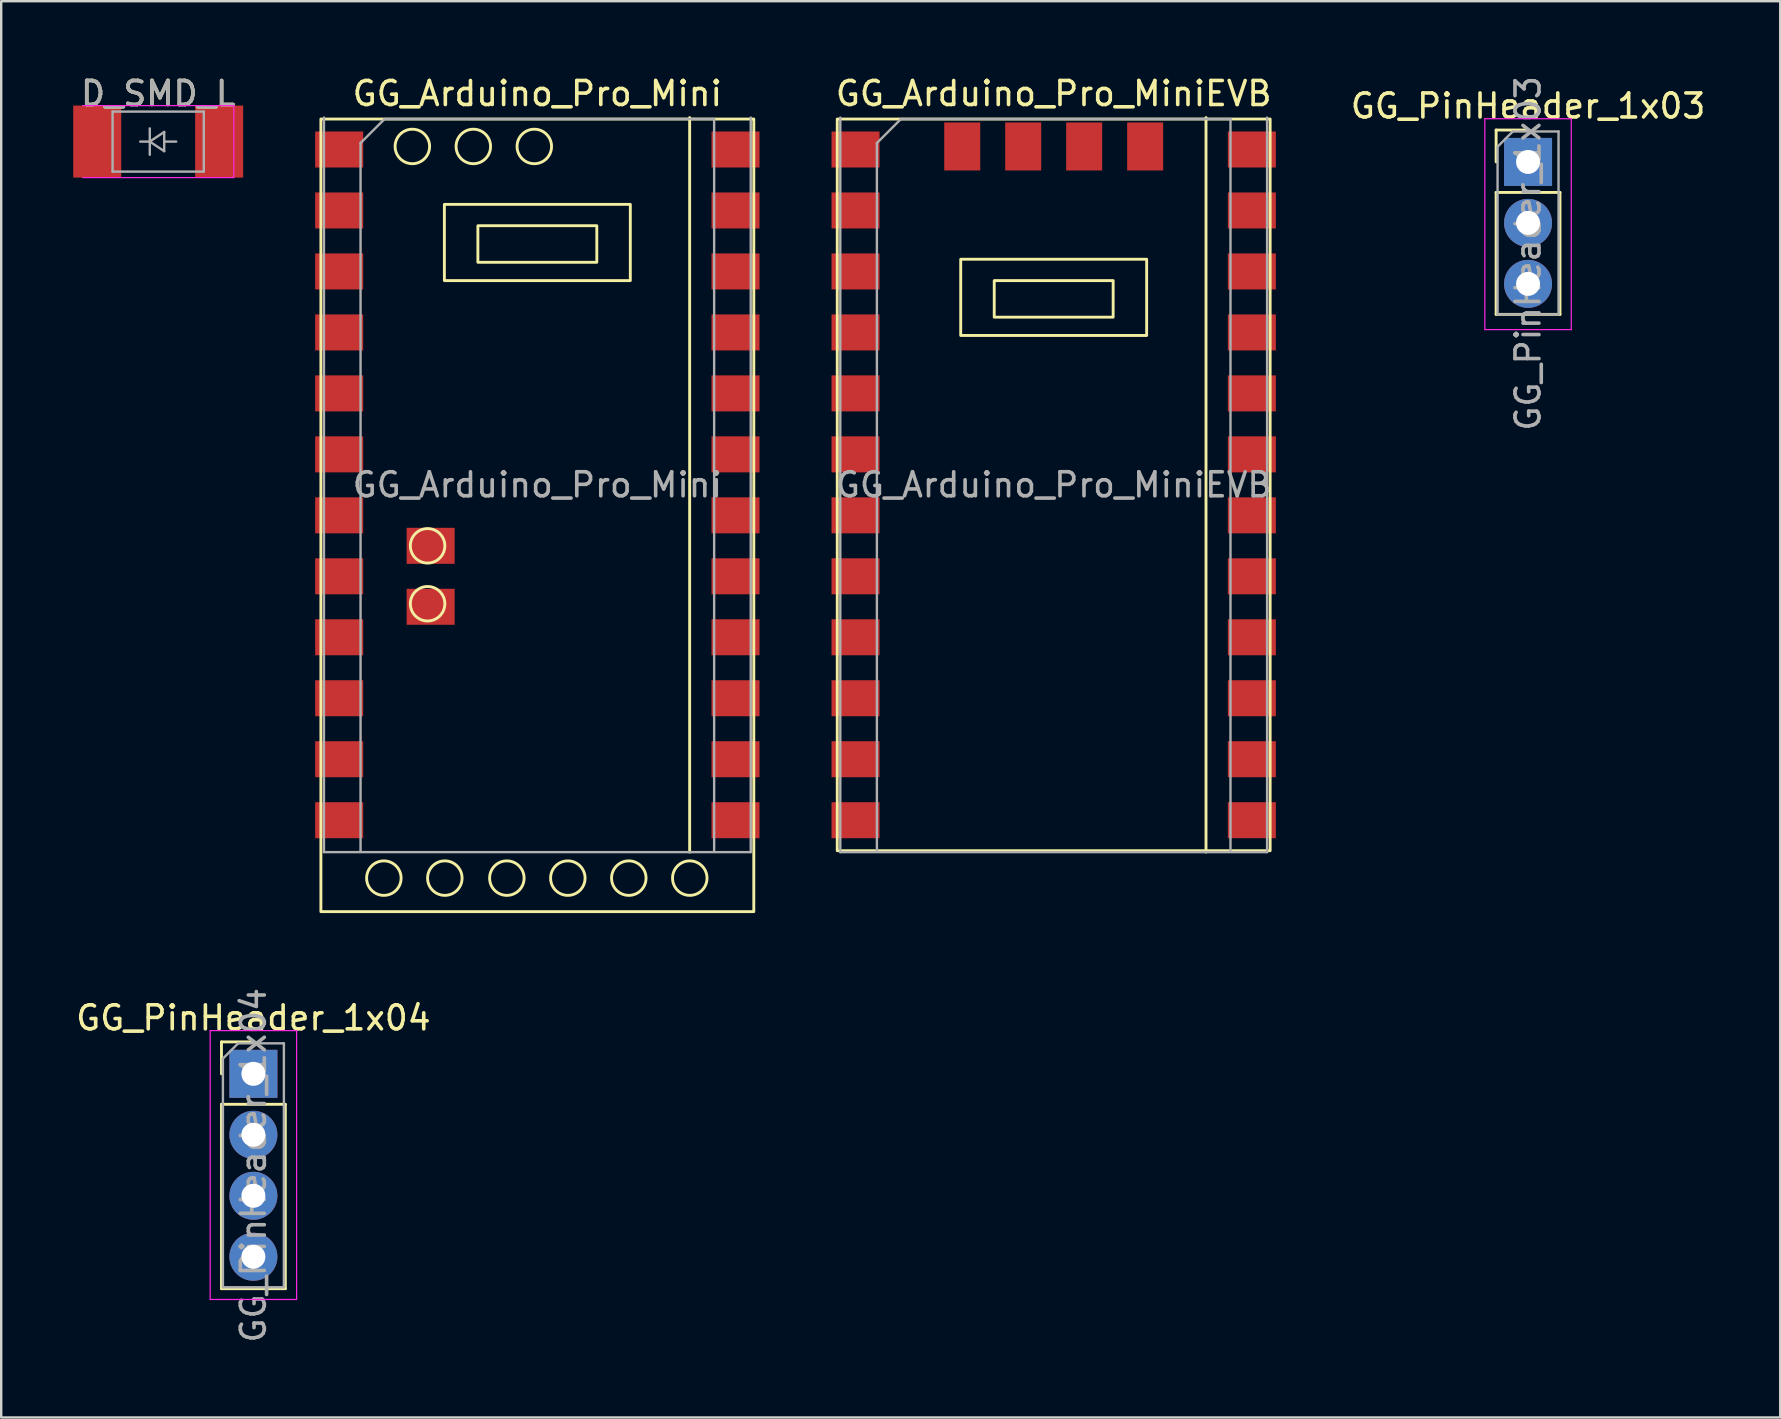
<source format=kicad_pcb>
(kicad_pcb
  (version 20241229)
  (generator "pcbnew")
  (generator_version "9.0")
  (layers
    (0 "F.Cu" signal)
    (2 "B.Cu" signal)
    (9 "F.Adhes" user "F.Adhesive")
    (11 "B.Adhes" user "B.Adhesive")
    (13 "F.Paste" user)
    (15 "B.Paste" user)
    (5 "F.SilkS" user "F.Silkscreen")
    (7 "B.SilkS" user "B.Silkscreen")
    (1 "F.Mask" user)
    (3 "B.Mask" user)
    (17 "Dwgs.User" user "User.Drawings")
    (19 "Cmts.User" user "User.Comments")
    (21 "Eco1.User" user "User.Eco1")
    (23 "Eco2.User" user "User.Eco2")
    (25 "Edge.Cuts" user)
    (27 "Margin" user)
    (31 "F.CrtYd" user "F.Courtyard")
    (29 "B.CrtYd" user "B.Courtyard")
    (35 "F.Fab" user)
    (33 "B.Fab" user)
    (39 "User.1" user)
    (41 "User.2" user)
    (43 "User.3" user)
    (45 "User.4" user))
  (footprint "GG_Arduino_Pro_Mini"
    (layer "F.Cu")
    (at 19.335 17.148)
    (property "Reference" "GG_Arduino_Pro_Mini" (at 0 -16.3 0) (layer "F.SilkS") (effects (font (size 1 1) (thickness 0.15))))
    (attr smd)
    (fp_line (start 6.345 15.3) (end 6.345 -15.3) (stroke (width 0.12) (type solid)) (layer "F.SilkS"))
    (fp_rect (start -9.017 -15.24) (end 9.017 17.78) (stroke (width 0.12) (type solid)) (fill no) (layer "F.SilkS"))
    (fp_rect (start -3.873 -11.684) (end 3.873 -8.509) (stroke (width 0.12) (type solid)) (fill no) (layer "F.SilkS"))
    (fp_rect (start -2.477 -10.795) (end 2.477 -9.271) (stroke (width 0.12) (type solid)) (fill no) (layer "F.SilkS"))
    (fp_circle (center -6.394 16.383) (end -5.886 16.891) (stroke (width 0.12) (type solid)) (fill no) (layer "F.SilkS"))
    (fp_circle (center -5.207 -14.097) (end -4.699 -13.589) (stroke (width 0.12) (type solid)) (fill no) (layer "F.SilkS"))
    (fp_circle (center -4.572 2.54) (end -4.064 3.048) (stroke (width 0.12) (type solid)) (fill no) (layer "F.SilkS"))
    (fp_circle (center -4.572 4.953) (end -4.064 5.461) (stroke (width 0.12) (type solid)) (fill no) (layer "F.SilkS"))
    (fp_circle (center -3.854 16.383) (end -3.346 16.891) (stroke (width 0.12) (type solid)) (fill no) (layer "F.SilkS"))
    (fp_circle (center -2.667 -14.097) (end -2.159 -13.589) (stroke (width 0.12) (type solid)) (fill no) (layer "F.SilkS"))
    (fp_circle (center -1.27 16.383) (end -0.762 16.891) (stroke (width 0.12) (type solid)) (fill no) (layer "F.SilkS"))
    (fp_circle (center -0.127 -14.097) (end 0.381 -13.589) (stroke (width 0.12) (type solid)) (fill no) (layer "F.SilkS"))
    (fp_circle (center 1.27 16.383) (end 1.778 16.891) (stroke (width 0.12) (type solid)) (fill no) (layer "F.SilkS"))
    (fp_circle (center 3.81 16.383) (end 4.318 16.891) (stroke (width 0.12) (type solid)) (fill no) (layer "F.SilkS"))
    (fp_circle (center 6.35 16.383) (end 6.858 16.891) (stroke (width 0.12) (type solid)) (fill no) (layer "F.SilkS"))
    (fp_line (start -8.89 -15.3) (end -8.89 15.3) (stroke (width 0.1) (type solid)) (layer "F.Fab"))
    (fp_line (start -8.89 15.3) (end 8.89 15.3) (stroke (width 0.1) (type solid)) (layer "F.Fab"))
    (fp_line (start -7.365 -14.24) (end -6.365 -15.24) (stroke (width 0.1) (type solid)) (layer "F.Fab"))
    (fp_line (start -7.365 15.24) (end -7.365 -14.24) (stroke (width 0.1) (type solid)) (layer "F.Fab"))
    (fp_line (start -6.365 -15.24) (end 7.365 -15.24) (stroke (width 0.1) (type solid)) (layer "F.Fab"))
    (fp_line (start 7.365 -15.24) (end 7.365 15.24) (stroke (width 0.1) (type solid)) (layer "F.Fab"))
    (fp_line (start 8.89 15.3) (end 8.89 -15.3) (stroke (width 0.1) (type solid)) (layer "F.Fab"))
    (fp_text user "${REFERENCE}" (at 0 0 0) (layer "F.Fab") (effects (font (size 1 1) (thickness 0.15))))
    (pad "1" smd rect (at -8.255 -13.97) (size 2 1.5) (layers "F.Cu" "F.Mask" "F.Paste"))
    (pad "2" smd rect (at -8.255 -11.43) (size 2 1.5) (layers "F.Cu" "F.Mask" "F.Paste"))
    (pad "3" smd rect (at -8.255 -8.89) (size 2 1.5) (layers "F.Cu" "F.Mask" "F.Paste"))
    (pad "4" smd rect (at -8.255 -6.35) (size 2 1.5) (layers "F.Cu" "F.Mask" "F.Paste"))
    (pad "5" smd rect (at -8.255 -3.81) (size 2 1.5) (layers "F.Cu" "F.Mask" "F.Paste"))
    (pad "6" smd rect (at -8.255 -1.27) (size 2 1.5) (layers "F.Cu" "F.Mask" "F.Paste"))
    (pad "7" smd rect (at -8.255 1.27) (size 2 1.5) (layers "F.Cu" "F.Mask" "F.Paste"))
    (pad "8" smd rect (at -8.255 3.81) (size 2 1.5) (layers "F.Cu" "F.Mask" "F.Paste"))
    (pad "9" smd rect (at -8.255 6.35) (size 2 1.5) (layers "F.Cu" "F.Mask" "F.Paste"))
    (pad "10" smd rect (at -8.255 8.89) (size 2 1.5) (layers "F.Cu" "F.Mask" "F.Paste"))
    (pad "11" smd rect (at -8.255 11.43) (size 2 1.5) (layers "F.Cu" "F.Mask" "F.Paste"))
    (pad "12" smd rect (at -8.255 13.97) (size 2 1.5) (layers "F.Cu" "F.Mask" "F.Paste"))
    (pad "13" smd rect (at 8.255 13.97) (size 2 1.5) (layers "F.Cu" "F.Mask" "F.Paste"))
    (pad "14" smd rect (at 8.255 11.43) (size 2 1.5) (layers "F.Cu" "F.Mask" "F.Paste"))
    (pad "15" smd rect (at 8.255 8.89) (size 2 1.5) (layers "F.Cu" "F.Mask" "F.Paste"))
    (pad "16" smd rect (at 8.255 6.35) (size 2 1.5) (layers "F.Cu" "F.Mask" "F.Paste"))
    (pad "17" smd rect (at 8.255 3.81) (size 2 1.5) (layers "F.Cu" "F.Mask" "F.Paste"))
    (pad "18" smd rect (at 8.255 1.27) (size 2 1.5) (layers "F.Cu" "F.Mask" "F.Paste"))
    (pad "19" smd rect (at 8.255 -1.27) (size 2 1.5) (layers "F.Cu" "F.Mask" "F.Paste"))
    (pad "20" smd rect (at 8.255 -3.81) (size 2 1.5) (layers "F.Cu" "F.Mask" "F.Paste"))
    (pad "21" smd rect (at 8.255 -6.35) (size 2 1.5) (layers "F.Cu" "F.Mask" "F.Paste"))
    (pad "22" smd rect (at 8.255 -8.89) (size 2 1.5) (layers "F.Cu" "F.Mask" "F.Paste"))
    (pad "23" smd rect (at 8.255 -11.43) (size 2 1.5) (layers "F.Cu" "F.Mask" "F.Paste"))
    (pad "24" smd rect (at 8.255 -13.97) (size 2 1.5) (layers "F.Cu" "F.Mask" "F.Paste"))
    (pad "28" smd rect (at -4.445 2.54) (size 2 1.5) (layers "F.Cu" "F.Mask" "F.Paste"))
    (pad "29" smd rect (at -4.445 5.08) (size 2 1.5) (layers "F.Cu" "F.Mask" "F.Paste")))
  (footprint "GG_PinHeader_1x03"
    (layer "F.Cu")
    (at 60.606 3.696)
    (property "Reference" "GG_PinHeader_1x03" (at 0 -2.33 0) (layer "F.SilkS") (effects (font (size 1 1) (thickness 0.15))))
    (attr through_hole)
    (fp_line (start -1.33 -1.33) (end 0 -1.33) (stroke (width 0.12) (type solid)) (layer "F.SilkS"))
    (fp_line (start -1.33 0) (end -1.33 -1.33) (stroke (width 0.12) (type solid)) (layer "F.SilkS"))
    (fp_line (start -1.33 1.27) (end -1.33 6.35) (stroke (width 0.12) (type solid)) (layer "F.SilkS"))
    (fp_line (start -1.33 1.27) (end 1.33 1.27) (stroke (width 0.12) (type solid)) (layer "F.SilkS"))
    (fp_line (start -1.33 6.35) (end 1.33 6.35) (stroke (width 0.12) (type solid)) (layer "F.SilkS"))
    (fp_line (start 1.33 1.27) (end 1.33 6.35) (stroke (width 0.12) (type solid)) (layer "F.SilkS"))
    (fp_line (start -1.8 -1.8) (end -1.8 6.985) (stroke (width 0.05) (type solid)) (layer "F.CrtYd"))
    (fp_line (start -1.8 6.985) (end 1.8 6.985) (stroke (width 0.05) (type solid)) (layer "F.CrtYd"))
    (fp_line (start 1.8 -1.8) (end -1.8 -1.8) (stroke (width 0.05) (type solid)) (layer "F.CrtYd"))
    (fp_line (start 1.8 6.985) (end 1.8 -1.8) (stroke (width 0.05) (type solid)) (layer "F.CrtYd"))
    (fp_line (start -1.27 -0.635) (end -0.635 -1.27) (stroke (width 0.1) (type solid)) (layer "F.Fab"))
    (fp_line (start -1.27 6.35) (end -1.27 -0.635) (stroke (width 0.1) (type solid)) (layer "F.Fab"))
    (fp_line (start -0.635 -1.27) (end 1.27 -1.27) (stroke (width 0.1) (type solid)) (layer "F.Fab"))
    (fp_line (start 1.27 -1.27) (end 1.27 6.35) (stroke (width 0.1) (type solid)) (layer "F.Fab"))
    (fp_line (start 1.27 6.35) (end -1.27 6.35) (stroke (width 0.1) (type solid)) (layer "F.Fab"))
    (fp_text user "${REFERENCE}" (at 0 3.81 90) (layer "F.Fab") (effects (font (size 1 1) (thickness 0.15))))
    (pad "1" thru_hole rect (at 0 0) (size 2 2) (drill 1) (layers "*.Cu" "*.Mask"))
    (pad "2" thru_hole circle (at 0 2.54) (size 2 2) (drill 1) (layers "*.Cu" "*.Mask"))
    (pad "3" thru_hole circle (at 0 5.08) (size 2 2) (drill 1) (layers "*.Cu" "*.Mask")))
  (footprint "GG_PinHeader_1x04"
    (layer "F.Cu")
    (at 7.506 41.684)
    (property "Reference" "GG_PinHeader_1x04" (at 0 -2.33 0) (layer "F.SilkS") (effects (font (size 1 1) (thickness 0.15))))
    (attr through_hole)
    (fp_line (start -1.33 -1.33) (end 0 -1.33) (stroke (width 0.12) (type solid)) (layer "F.SilkS"))
    (fp_line (start -1.33 0) (end -1.33 -1.33) (stroke (width 0.12) (type solid)) (layer "F.SilkS"))
    (fp_line (start -1.33 1.27) (end -1.33 8.95) (stroke (width 0.12) (type solid)) (layer "F.SilkS"))
    (fp_line (start -1.33 1.27) (end 1.33 1.27) (stroke (width 0.12) (type solid)) (layer "F.SilkS"))
    (fp_line (start -1.33 8.95) (end 1.33 8.95) (stroke (width 0.12) (type solid)) (layer "F.SilkS"))
    (fp_line (start 1.33 1.27) (end 1.33 8.95) (stroke (width 0.12) (type solid)) (layer "F.SilkS"))
    (fp_line (start -1.8 -1.8) (end -1.8 9.4) (stroke (width 0.05) (type solid)) (layer "F.CrtYd"))
    (fp_line (start -1.8 9.4) (end 1.8 9.4) (stroke (width 0.05) (type solid)) (layer "F.CrtYd"))
    (fp_line (start 1.8 -1.8) (end -1.8 -1.8) (stroke (width 0.05) (type solid)) (layer "F.CrtYd"))
    (fp_line (start 1.8 9.4) (end 1.8 -1.8) (stroke (width 0.05) (type solid)) (layer "F.CrtYd"))
    (fp_line (start -1.27 -0.635) (end -0.635 -1.27) (stroke (width 0.1) (type solid)) (layer "F.Fab"))
    (fp_line (start -1.27 8.89) (end -1.27 -0.635) (stroke (width 0.1) (type solid)) (layer "F.Fab"))
    (fp_line (start -0.635 -1.27) (end 1.27 -1.27) (stroke (width 0.1) (type solid)) (layer "F.Fab"))
    (fp_line (start 1.27 -1.27) (end 1.27 8.89) (stroke (width 0.1) (type solid)) (layer "F.Fab"))
    (fp_line (start 1.27 8.89) (end -1.27 8.89) (stroke (width 0.1) (type solid)) (layer "F.Fab"))
    (fp_text user "${REFERENCE}" (at 0 3.81 90) (layer "F.Fab") (effects (font (size 1 1) (thickness 0.15))))
    (pad "1" thru_hole rect (at 0 0) (size 2 2) (drill 1) (layers "*.Cu" "*.Mask"))
    (pad "2" thru_hole circle (at 0 2.54) (size 2 2) (drill 1) (layers "*.Cu" "*.Mask"))
    (pad "3" thru_hole circle (at 0 5.08) (size 2 2) (drill 1) (layers "*.Cu" "*.Mask"))
    (pad "4" thru_hole circle (at 0 7.62) (size 2 2) (drill 1) (layers "*.Cu" "*.Mask")))
  (footprint "GG_Arduino_Pro_MiniEVB"
    (layer "F.Cu")
    (at 40.845 17.148)
    (property "Reference" "GG_Arduino_Pro_MiniEVB" (at 0 -16.3 0) (layer "F.SilkS") (effects (font (size 1 1) (thickness 0.15))))
    (attr smd)
    (fp_line (start 6.345 15.3) (end 6.345 -15.3) (stroke (width 0.12) (type solid)) (layer "F.SilkS"))
    (fp_rect (start -9.017 -15.24) (end 9.017 15.24) (stroke (width 0.12) (type solid)) (fill no) (layer "F.SilkS"))
    (fp_rect (start -3.873 -9.398) (end 3.873 -6.223) (stroke (width 0.12) (type solid)) (fill no) (layer "F.SilkS"))
    (fp_rect (start -2.477 -8.509) (end 2.477 -6.985) (stroke (width 0.12) (type solid)) (fill no) (layer "F.SilkS"))
    (fp_line (start -8.89 -15.3) (end -8.89 15.3) (stroke (width 0.1) (type solid)) (layer "F.Fab"))
    (fp_line (start -8.89 15.3) (end 8.89 15.3) (stroke (width 0.1) (type solid)) (layer "F.Fab"))
    (fp_line (start -7.365 -14.24) (end -6.365 -15.24) (stroke (width 0.1) (type solid)) (layer "F.Fab"))
    (fp_line (start -7.365 15.24) (end -7.365 -14.24) (stroke (width 0.1) (type solid)) (layer "F.Fab"))
    (fp_line (start -6.365 -15.24) (end 7.365 -15.24) (stroke (width 0.1) (type solid)) (layer "F.Fab"))
    (fp_line (start 7.365 -15.24) (end 7.365 15.24) (stroke (width 0.1) (type solid)) (layer "F.Fab"))
    (fp_line (start 8.89 15.3) (end 8.89 -15.3) (stroke (width 0.1) (type solid)) (layer "F.Fab"))
    (fp_text user "${REFERENCE}" (at 0 0 0) (layer "F.Fab") (effects (font (size 1 1) (thickness 0.15))))
    (pad "1" smd rect (at -8.255 -13.97) (size 2 1.5) (layers "F.Cu" "F.Mask" "F.Paste"))
    (pad "2" smd rect (at -8.255 -11.43) (size 2 1.5) (layers "F.Cu" "F.Mask" "F.Paste"))
    (pad "3" smd rect (at -8.255 -8.89) (size 2 1.5) (layers "F.Cu" "F.Mask" "F.Paste"))
    (pad "4" smd rect (at -8.255 -6.35) (size 2 1.5) (layers "F.Cu" "F.Mask" "F.Paste"))
    (pad "5" smd rect (at -8.255 -3.81) (size 2 1.5) (layers "F.Cu" "F.Mask" "F.Paste"))
    (pad "6" smd rect (at -8.255 -1.27) (size 2 1.5) (layers "F.Cu" "F.Mask" "F.Paste"))
    (pad "7" smd rect (at -8.255 1.27) (size 2 1.5) (layers "F.Cu" "F.Mask" "F.Paste"))
    (pad "8" smd rect (at -8.255 3.81) (size 2 1.5) (layers "F.Cu" "F.Mask" "F.Paste"))
    (pad "9" smd rect (at -8.255 6.35) (size 2 1.5) (layers "F.Cu" "F.Mask" "F.Paste"))
    (pad "10" smd rect (at -8.255 8.89) (size 2 1.5) (layers "F.Cu" "F.Mask" "F.Paste"))
    (pad "11" smd rect (at -8.255 11.43) (size 2 1.5) (layers "F.Cu" "F.Mask" "F.Paste"))
    (pad "12" smd rect (at -8.255 13.97) (size 2 1.5) (layers "F.Cu" "F.Mask" "F.Paste"))
    (pad "13" smd rect (at 8.255 13.97) (size 2 1.5) (layers "F.Cu" "F.Mask" "F.Paste"))
    (pad "14" smd rect (at 8.255 11.43) (size 2 1.5) (layers "F.Cu" "F.Mask" "F.Paste"))
    (pad "15" smd rect (at 8.255 8.89) (size 2 1.5) (layers "F.Cu" "F.Mask" "F.Paste"))
    (pad "16" smd rect (at 8.255 6.35) (size 2 1.5) (layers "F.Cu" "F.Mask" "F.Paste"))
    (pad "17" smd rect (at 8.255 3.81) (size 2 1.5) (layers "F.Cu" "F.Mask" "F.Paste"))
    (pad "18" smd rect (at 8.255 1.27) (size 2 1.5) (layers "F.Cu" "F.Mask" "F.Paste"))
    (pad "19" smd rect (at 8.255 -1.27) (size 2 1.5) (layers "F.Cu" "F.Mask" "F.Paste"))
    (pad "20" smd rect (at 8.255 -3.81) (size 2 1.5) (layers "F.Cu" "F.Mask" "F.Paste"))
    (pad "21" smd rect (at 8.255 -6.35) (size 2 1.5) (layers "F.Cu" "F.Mask" "F.Paste"))
    (pad "22" smd rect (at 8.255 -8.89) (size 2 1.5) (layers "F.Cu" "F.Mask" "F.Paste"))
    (pad "23" smd rect (at 8.255 -11.43) (size 2 1.5) (layers "F.Cu" "F.Mask" "F.Paste"))
    (pad "24" smd rect (at 8.255 -13.97) (size 2 1.5) (layers "F.Cu" "F.Mask" "F.Paste"))
    (pad "28" smd rect (at 3.81 -14.097 180) (size 1.5 2) (layers "F.Cu" "F.Mask" "F.Paste"))
    (pad "29" smd rect (at 1.27 -14.097 180) (size 1.5 2) (layers "F.Cu" "F.Mask" "F.Paste"))
    (pad "30" smd rect (at -1.27 -14.097 180) (size 1.5 2) (layers "F.Cu" "F.Mask" "F.Paste"))
    (pad "31" smd rect (at -3.81 -14.097 180) (size 1.5 2) (layers "F.Cu" "F.Mask" "F.Paste")))
  (footprint "D_SMD_L"
    (layer "F.Cu")
    (at 3.54 2.848)
    (property "Reference" "D_SMD_L" (at 0 -2 0) (layer "F.SilkS") (effects (font (size 1 1) (thickness 0.15))))
    (attr smd)
    (fp_line (start -3.15 -1.5) (end 3.15 -1.5) (stroke (width 0.05) (type solid)) (layer "F.CrtYd"))
    (fp_line (start 3.15 -1.5) (end 3.15 1.5) (stroke (width 0.05) (type solid)) (layer "F.CrtYd"))
    (fp_line (start 3.15 1.5) (end -3.15 1.5) (stroke (width 0.05) (type solid)) (layer "F.CrtYd"))
    (fp_line (start -1.9 -1.25) (end 1.9 -1.25) (stroke (width 0.1) (type solid)) (layer "F.Fab"))
    (fp_line (start -1.9 1.25) (end -1.9 -1.25) (stroke (width 0.1) (type solid)) (layer "F.Fab"))
    (fp_line (start -0.75 0) (end -0.35 0) (stroke (width 0.1) (type solid)) (layer "F.Fab"))
    (fp_line (start -0.35 0) (end -0.35 -0.55) (stroke (width 0.1) (type solid)) (layer "F.Fab"))
    (fp_line (start -0.35 0) (end -0.35 0.55) (stroke (width 0.1) (type solid)) (layer "F.Fab"))
    (fp_line (start -0.35 0) (end 0.25 -0.4) (stroke (width 0.1) (type solid)) (layer "F.Fab"))
    (fp_line (start 0.25 -0.4) (end 0.25 0.4) (stroke (width 0.1) (type solid)) (layer "F.Fab"))
    (fp_line (start 0.25 0) (end 0.75 0) (stroke (width 0.1) (type solid)) (layer "F.Fab"))
    (fp_line (start 0.25 0.4) (end -0.35 0) (stroke (width 0.1) (type solid)) (layer "F.Fab"))
    (fp_line (start 1.9 -1.25) (end 1.9 1.25) (stroke (width 0.1) (type solid)) (layer "F.Fab"))
    (fp_line (start 1.9 1.25) (end -1.9 1.25) (stroke (width 0.1) (type solid)) (layer "F.Fab"))
    (fp_text user "${REFERENCE}" (at 0 -2 0) (layer "F.Fab") (effects (font (size 1 1) (thickness 0.15))))
    (pad "1" smd rect (at -2.54 0) (size 2 3) (layers "F.Cu" "F.Mask" "F.Paste"))
    (pad "2" smd rect (at 2.54 0) (size 2 3) (layers "F.Cu" "F.Mask" "F.Paste")))
  (gr_rect
    (start -3 -3)
    (end 71.112 56)
    (stroke (width 0.1) (type default))
    (fill no)
    (layer "Edge.Cuts")))
</source>
